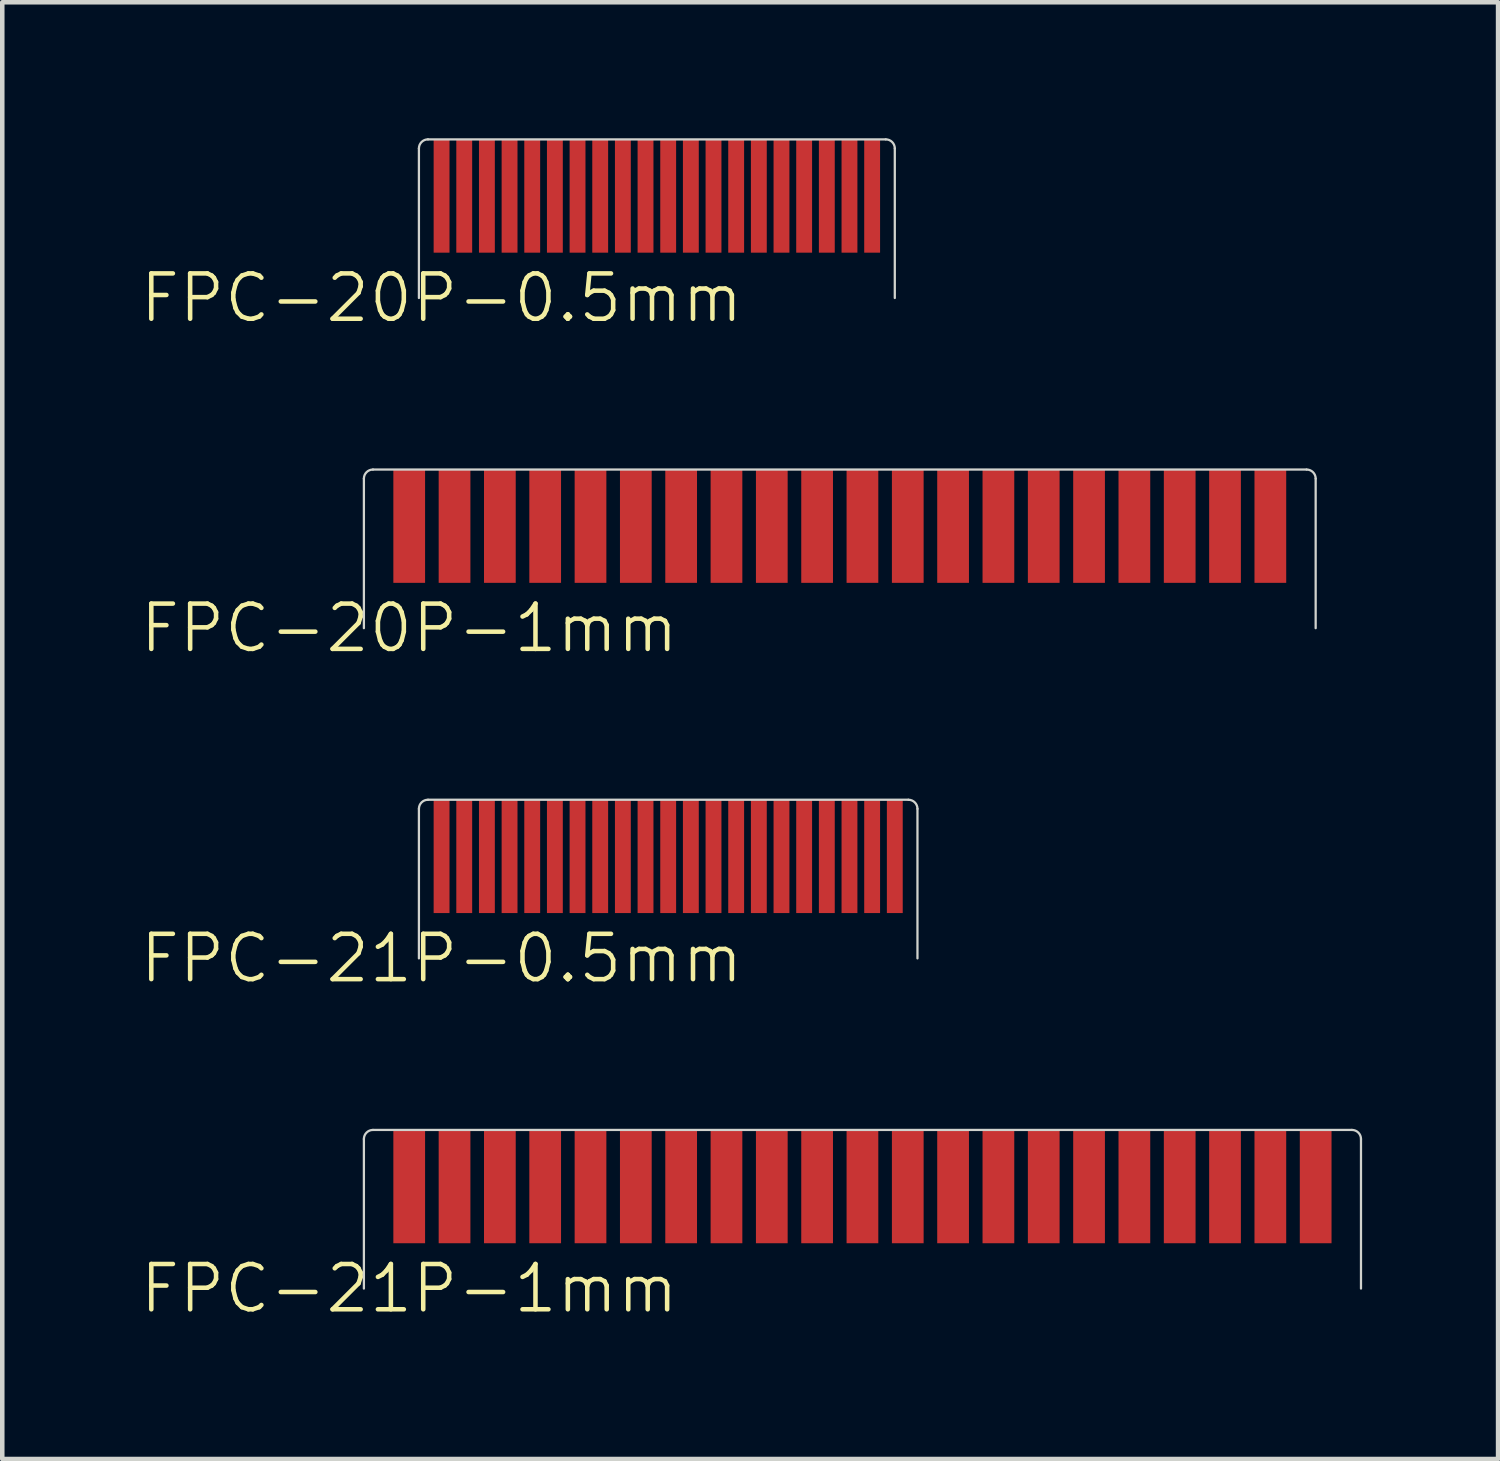
<source format=kicad_pcb>
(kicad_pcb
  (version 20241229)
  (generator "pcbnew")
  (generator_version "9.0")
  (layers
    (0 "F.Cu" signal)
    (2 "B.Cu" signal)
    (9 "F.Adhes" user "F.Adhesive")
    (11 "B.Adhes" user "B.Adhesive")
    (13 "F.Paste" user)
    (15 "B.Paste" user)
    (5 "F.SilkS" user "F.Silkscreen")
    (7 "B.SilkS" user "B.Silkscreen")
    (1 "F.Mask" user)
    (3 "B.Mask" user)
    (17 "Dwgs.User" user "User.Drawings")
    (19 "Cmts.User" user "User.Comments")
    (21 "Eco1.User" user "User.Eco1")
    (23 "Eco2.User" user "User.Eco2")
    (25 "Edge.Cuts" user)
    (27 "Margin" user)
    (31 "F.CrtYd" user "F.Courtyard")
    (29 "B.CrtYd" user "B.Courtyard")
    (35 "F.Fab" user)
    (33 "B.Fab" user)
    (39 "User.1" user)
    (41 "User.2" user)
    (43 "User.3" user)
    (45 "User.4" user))
  (footprint "FPC-20P-0.5mm"
    (layer "F.Cu")
    (at 6.693 1.275)
    (property "Reference" "FPC-20P-0.5mm" (at 0 2.25 0) (unlocked yes) (layer "F.SilkS") (effects (font (size 1 1) (thickness 0.1))))
    (attr smd)
    (fp_line (start -0.5 2.25) (end -0.5 -1.05) (stroke (width 0.05) (type default)) (layer "Edge.Cuts"))
    (fp_line (start -0.3 -1.25) (end 9.8 -1.25) (stroke (width 0.05) (type default)) (layer "Edge.Cuts"))
    (fp_line (start 10 2.25) (end 10 -1.05) (stroke (width 0.05) (type default)) (layer "Edge.Cuts"))
    (fp_arc (start -0.5 -1.05) (mid -0.441421 -1.191421) (end -0.3 -1.25) (stroke (width 0.05) (type default)) (layer "Edge.Cuts"))
    (fp_arc (start 9.8 -1.25) (mid 9.941421 -1.191421) (end 10 -1.05) (stroke (width 0.05) (type default)) (layer "Edge.Cuts"))
    (fp_line (start -0.5 2.25) (end -0.5 -1.05) (stroke (width 0.05) (type default)) (layer "User.1"))
    (fp_line (start -0.5 2.25) (end 10 2.25) (stroke (width 0.05) (type default)) (layer "User.1"))
    (fp_line (start -0.3 -1.25) (end 9.8 -1.25) (stroke (width 0.05) (type default)) (layer "User.1"))
    (fp_line (start 10 2.25) (end 10 -1.05) (stroke (width 0.05) (type default)) (layer "User.1"))
    (fp_arc (start -0.5 -1.05) (mid -0.441421 -1.191421) (end -0.3 -1.25) (stroke (width 0.05) (type default)) (layer "User.1"))
    (fp_arc (start 9.8 -1.25) (mid 9.941421 -1.191421) (end 10 -1.05) (stroke (width 0.05) (type default)) (layer "User.1"))
    (pad "1" smd rect (at 0 0 90) (size 2.5 0.35) (layers "F.Cu" "F.Mask" "F.Paste"))
    (pad "2" smd rect (at 0.5 0 90) (size 2.5 0.35) (layers "F.Cu" "F.Mask" "F.Paste"))
    (pad "3" smd rect (at 1 0 90) (size 2.5 0.35) (layers "F.Cu" "F.Mask" "F.Paste"))
    (pad "4" smd rect (at 1.5 0 90) (size 2.5 0.35) (layers "F.Cu" "F.Mask" "F.Paste"))
    (pad "5" smd rect (at 2 0 90) (size 2.5 0.35) (layers "F.Cu" "F.Mask" "F.Paste"))
    (pad "6" smd rect (at 2.5 0 90) (size 2.5 0.35) (layers "F.Cu" "F.Mask" "F.Paste"))
    (pad "7" smd rect (at 3 0 90) (size 2.5 0.35) (layers "F.Cu" "F.Mask" "F.Paste"))
    (pad "8" smd rect (at 3.5 0 90) (size 2.5 0.35) (layers "F.Cu" "F.Mask" "F.Paste"))
    (pad "9" smd rect (at 4 0 90) (size 2.5 0.35) (layers "F.Cu" "F.Mask" "F.Paste"))
    (pad "10" smd rect (at 4.5 0 90) (size 2.5 0.35) (layers "F.Cu" "F.Mask" "F.Paste"))
    (pad "11" smd rect (at 5 0 90) (size 2.5 0.35) (layers "F.Cu" "F.Mask" "F.Paste"))
    (pad "12" smd rect (at 5.5 0 90) (size 2.5 0.35) (layers "F.Cu" "F.Mask" "F.Paste"))
    (pad "13" smd rect (at 6 0 90) (size 2.5 0.35) (layers "F.Cu" "F.Mask" "F.Paste"))
    (pad "14" smd rect (at 6.5 0 90) (size 2.5 0.35) (layers "F.Cu" "F.Mask" "F.Paste"))
    (pad "15" smd rect (at 7 0 90) (size 2.5 0.35) (layers "F.Cu" "F.Mask" "F.Paste"))
    (pad "16" smd rect (at 7.5 0 90) (size 2.5 0.35) (layers "F.Cu" "F.Mask" "F.Paste"))
    (pad "17" smd rect (at 8 0 90) (size 2.5 0.35) (layers "F.Cu" "F.Mask" "F.Paste"))
    (pad "18" smd rect (at 8.5 0 90) (size 2.5 0.35) (layers "F.Cu" "F.Mask" "F.Paste"))
    (pad "19" smd rect (at 9 0 90) (size 2.5 0.35) (layers "F.Cu" "F.Mask" "F.Paste"))
    (pad "20" smd rect (at 9.5 0 90) (size 2.5 0.35) (layers "F.Cu" "F.Mask" "F.Paste")))
  (footprint "FPC-21P-0.5mm"
    (layer "F.Cu")
    (at 6.693 15.846)
    (property "Reference" "FPC-21P-0.5mm" (at 0 2.25 0) (unlocked yes) (layer "F.SilkS") (effects (font (size 1 1) (thickness 0.1))))
    (attr smd)
    (fp_line (start -0.5 2.25) (end -0.5 -1.05) (stroke (width 0.05) (type default)) (layer "Edge.Cuts"))
    (fp_line (start -0.3 -1.25) (end 10.3 -1.25) (stroke (width 0.05) (type default)) (layer "Edge.Cuts"))
    (fp_line (start 10.5 2.25) (end 10.5 -1.05) (stroke (width 0.05) (type default)) (layer "Edge.Cuts"))
    (fp_arc (start -0.5 -1.05) (mid -0.441421 -1.191421) (end -0.3 -1.25) (stroke (width 0.05) (type default)) (layer "Edge.Cuts"))
    (fp_arc (start 10.3 -1.25) (mid 10.441421 -1.191421) (end 10.5 -1.05) (stroke (width 0.05) (type default)) (layer "Edge.Cuts"))
    (fp_line (start -0.5 2.25) (end -0.5 -1.05) (stroke (width 0.05) (type default)) (layer "User.1"))
    (fp_line (start -0.5 2.25) (end 10.5 2.25) (stroke (width 0.05) (type default)) (layer "User.1"))
    (fp_line (start -0.3 -1.25) (end 10.3 -1.25) (stroke (width 0.05) (type default)) (layer "User.1"))
    (fp_line (start 10.5 2.25) (end 10.5 -1.05) (stroke (width 0.05) (type default)) (layer "User.1"))
    (fp_arc (start -0.5 -1.05) (mid -0.441421 -1.191421) (end -0.3 -1.25) (stroke (width 0.05) (type default)) (layer "User.1"))
    (fp_arc (start 10.3 -1.25) (mid 10.441421 -1.191421) (end 10.5 -1.05) (stroke (width 0.05) (type default)) (layer "User.1"))
    (pad "1" smd rect (at 0 0 90) (size 2.5 0.35) (layers "F.Cu" "F.Mask" "F.Paste"))
    (pad "2" smd rect (at 0.5 0 90) (size 2.5 0.35) (layers "F.Cu" "F.Mask" "F.Paste"))
    (pad "3" smd rect (at 1 0 90) (size 2.5 0.35) (layers "F.Cu" "F.Mask" "F.Paste"))
    (pad "4" smd rect (at 1.5 0 90) (size 2.5 0.35) (layers "F.Cu" "F.Mask" "F.Paste"))
    (pad "5" smd rect (at 2 0 90) (size 2.5 0.35) (layers "F.Cu" "F.Mask" "F.Paste"))
    (pad "6" smd rect (at 2.5 0 90) (size 2.5 0.35) (layers "F.Cu" "F.Mask" "F.Paste"))
    (pad "7" smd rect (at 3 0 90) (size 2.5 0.35) (layers "F.Cu" "F.Mask" "F.Paste"))
    (pad "8" smd rect (at 3.5 0 90) (size 2.5 0.35) (layers "F.Cu" "F.Mask" "F.Paste"))
    (pad "9" smd rect (at 4 0 90) (size 2.5 0.35) (layers "F.Cu" "F.Mask" "F.Paste"))
    (pad "10" smd rect (at 4.5 0 90) (size 2.5 0.35) (layers "F.Cu" "F.Mask" "F.Paste"))
    (pad "11" smd rect (at 5 0 90) (size 2.5 0.35) (layers "F.Cu" "F.Mask" "F.Paste"))
    (pad "12" smd rect (at 5.5 0 90) (size 2.5 0.35) (layers "F.Cu" "F.Mask" "F.Paste"))
    (pad "13" smd rect (at 6 0 90) (size 2.5 0.35) (layers "F.Cu" "F.Mask" "F.Paste"))
    (pad "14" smd rect (at 6.5 0 90) (size 2.5 0.35) (layers "F.Cu" "F.Mask" "F.Paste"))
    (pad "15" smd rect (at 7 0 90) (size 2.5 0.35) (layers "F.Cu" "F.Mask" "F.Paste"))
    (pad "16" smd rect (at 7.5 0 90) (size 2.5 0.35) (layers "F.Cu" "F.Mask" "F.Paste"))
    (pad "17" smd rect (at 8 0 90) (size 2.5 0.35) (layers "F.Cu" "F.Mask" "F.Paste"))
    (pad "18" smd rect (at 8.5 0 90) (size 2.5 0.35) (layers "F.Cu" "F.Mask" "F.Paste"))
    (pad "19" smd rect (at 9 0 90) (size 2.5 0.35) (layers "F.Cu" "F.Mask" "F.Paste"))
    (pad "20" smd rect (at 9.5 0 90) (size 2.5 0.35) (layers "F.Cu" "F.Mask" "F.Paste"))
    (pad "21" smd rect (at 10 0 90) (size 2.5 0.35) (layers "F.Cu" "F.Mask" "F.Paste")))
  (footprint "FPC-20P-1mm"
    (layer "F.Cu")
    (at 5.979 8.56)
    (property "Reference" "FPC-20P-1mm" (at 0 2.25 0) (unlocked yes) (layer "F.SilkS") (effects (font (size 1 1) (thickness 0.1))))
    (attr smd)
    (fp_line (start -1 2.25) (end -1 -1.05) (stroke (width 0.05) (type default)) (layer "Edge.Cuts"))
    (fp_line (start -0.8 -1.25) (end 19.8 -1.25) (stroke (width 0.05) (type default)) (layer "Edge.Cuts"))
    (fp_line (start 20 2.25) (end 20 -1.05) (stroke (width 0.05) (type default)) (layer "Edge.Cuts"))
    (fp_arc (start -1 -1.05) (mid -0.941421 -1.191421) (end -0.8 -1.25) (stroke (width 0.05) (type default)) (layer "Edge.Cuts"))
    (fp_arc (start 19.8 -1.25) (mid 19.941421 -1.191421) (end 20 -1.05) (stroke (width 0.05) (type default)) (layer "Edge.Cuts"))
    (fp_line (start -1 2.25) (end -1 -1.05) (stroke (width 0.05) (type default)) (layer "User.1"))
    (fp_line (start -1 2.25) (end 20 2.25) (stroke (width 0.05) (type default)) (layer "User.1"))
    (fp_line (start -0.8 -1.25) (end 19.8 -1.25) (stroke (width 0.05) (type default)) (layer "User.1"))
    (fp_line (start 20 2.25) (end 20 -1.05) (stroke (width 0.05) (type default)) (layer "User.1"))
    (fp_arc (start -1 -1.05) (mid -0.941421 -1.191421) (end -0.8 -1.25) (stroke (width 0.05) (type default)) (layer "User.1"))
    (fp_arc (start 19.8 -1.25) (mid 19.941421 -1.191421) (end 20 -1.05) (stroke (width 0.05) (type default)) (layer "User.1"))
    (pad "1" smd rect (at 0 0 90) (size 2.5 0.7) (layers "F.Cu" "F.Mask" "F.Paste"))
    (pad "2" smd rect (at 1 0 90) (size 2.5 0.7) (layers "F.Cu" "F.Mask" "F.Paste"))
    (pad "3" smd rect (at 2 0 90) (size 2.5 0.7) (layers "F.Cu" "F.Mask" "F.Paste"))
    (pad "4" smd rect (at 3 0 90) (size 2.5 0.7) (layers "F.Cu" "F.Mask" "F.Paste"))
    (pad "5" smd rect (at 4 0 90) (size 2.5 0.7) (layers "F.Cu" "F.Mask" "F.Paste"))
    (pad "6" smd rect (at 5 0 90) (size 2.5 0.7) (layers "F.Cu" "F.Mask" "F.Paste"))
    (pad "7" smd rect (at 6 0 90) (size 2.5 0.7) (layers "F.Cu" "F.Mask" "F.Paste"))
    (pad "8" smd rect (at 7 0 90) (size 2.5 0.7) (layers "F.Cu" "F.Mask" "F.Paste"))
    (pad "9" smd rect (at 8 0 90) (size 2.5 0.7) (layers "F.Cu" "F.Mask" "F.Paste"))
    (pad "10" smd rect (at 9 0 90) (size 2.5 0.7) (layers "F.Cu" "F.Mask" "F.Paste"))
    (pad "11" smd rect (at 10 0 90) (size 2.5 0.7) (layers "F.Cu" "F.Mask" "F.Paste"))
    (pad "12" smd rect (at 11 0 90) (size 2.5 0.7) (layers "F.Cu" "F.Mask" "F.Paste"))
    (pad "13" smd rect (at 12 0 90) (size 2.5 0.7) (layers "F.Cu" "F.Mask" "F.Paste"))
    (pad "14" smd rect (at 13 0 90) (size 2.5 0.7) (layers "F.Cu" "F.Mask" "F.Paste"))
    (pad "15" smd rect (at 14 0 90) (size 2.5 0.7) (layers "F.Cu" "F.Mask" "F.Paste"))
    (pad "16" smd rect (at 15 0 90) (size 2.5 0.7) (layers "F.Cu" "F.Mask" "F.Paste"))
    (pad "17" smd rect (at 16 0 90) (size 2.5 0.7) (layers "F.Cu" "F.Mask" "F.Paste"))
    (pad "18" smd rect (at 17 0 90) (size 2.5 0.7) (layers "F.Cu" "F.Mask" "F.Paste"))
    (pad "19" smd rect (at 18 0 90) (size 2.5 0.7) (layers "F.Cu" "F.Mask" "F.Paste"))
    (pad "20" smd rect (at 19 0 90) (size 2.5 0.7) (layers "F.Cu" "F.Mask" "F.Paste")))
  (footprint "FPC-21P-1mm"
    (layer "F.Cu")
    (at 5.979 23.131)
    (property "Reference" "FPC-21P-1mm" (at 0 2.25 0) (unlocked yes) (layer "F.SilkS") (effects (font (size 1 1) (thickness 0.1))))
    (attr smd)
    (fp_line (start -1 2.25) (end -1 -1.05) (stroke (width 0.05) (type default)) (layer "Edge.Cuts"))
    (fp_line (start -0.8 -1.25) (end 20.8 -1.25) (stroke (width 0.05) (type default)) (layer "Edge.Cuts"))
    (fp_line (start 21 2.25) (end 21 -1.05) (stroke (width 0.05) (type default)) (layer "Edge.Cuts"))
    (fp_arc (start -1 -1.05) (mid -0.941421 -1.191421) (end -0.8 -1.25) (stroke (width 0.05) (type default)) (layer "Edge.Cuts"))
    (fp_arc (start 20.8 -1.25) (mid 20.941421 -1.191421) (end 21 -1.05) (stroke (width 0.05) (type default)) (layer "Edge.Cuts"))
    (fp_line (start -1 2.25) (end -1 -1.05) (stroke (width 0.05) (type default)) (layer "User.1"))
    (fp_line (start -1 2.25) (end 21 2.25) (stroke (width 0.05) (type default)) (layer "User.1"))
    (fp_line (start -0.8 -1.25) (end 20.8 -1.25) (stroke (width 0.05) (type default)) (layer "User.1"))
    (fp_line (start 21 2.25) (end 21 -1.05) (stroke (width 0.05) (type default)) (layer "User.1"))
    (fp_arc (start -1 -1.05) (mid -0.941421 -1.191421) (end -0.8 -1.25) (stroke (width 0.05) (type default)) (layer "User.1"))
    (fp_arc (start 20.8 -1.25) (mid 20.941421 -1.191421) (end 21 -1.05) (stroke (width 0.05) (type default)) (layer "User.1"))
    (pad "1" smd rect (at 0 0 90) (size 2.5 0.7) (layers "F.Cu" "F.Mask" "F.Paste"))
    (pad "2" smd rect (at 1 0 90) (size 2.5 0.7) (layers "F.Cu" "F.Mask" "F.Paste"))
    (pad "3" smd rect (at 2 0 90) (size 2.5 0.7) (layers "F.Cu" "F.Mask" "F.Paste"))
    (pad "4" smd rect (at 3 0 90) (size 2.5 0.7) (layers "F.Cu" "F.Mask" "F.Paste"))
    (pad "5" smd rect (at 4 0 90) (size 2.5 0.7) (layers "F.Cu" "F.Mask" "F.Paste"))
    (pad "6" smd rect (at 5 0 90) (size 2.5 0.7) (layers "F.Cu" "F.Mask" "F.Paste"))
    (pad "7" smd rect (at 6 0 90) (size 2.5 0.7) (layers "F.Cu" "F.Mask" "F.Paste"))
    (pad "8" smd rect (at 7 0 90) (size 2.5 0.7) (layers "F.Cu" "F.Mask" "F.Paste"))
    (pad "9" smd rect (at 8 0 90) (size 2.5 0.7) (layers "F.Cu" "F.Mask" "F.Paste"))
    (pad "10" smd rect (at 9 0 90) (size 2.5 0.7) (layers "F.Cu" "F.Mask" "F.Paste"))
    (pad "11" smd rect (at 10 0 90) (size 2.5 0.7) (layers "F.Cu" "F.Mask" "F.Paste"))
    (pad "12" smd rect (at 11 0 90) (size 2.5 0.7) (layers "F.Cu" "F.Mask" "F.Paste"))
    (pad "13" smd rect (at 12 0 90) (size 2.5 0.7) (layers "F.Cu" "F.Mask" "F.Paste"))
    (pad "14" smd rect (at 13 0 90) (size 2.5 0.7) (layers "F.Cu" "F.Mask" "F.Paste"))
    (pad "15" smd rect (at 14 0 90) (size 2.5 0.7) (layers "F.Cu" "F.Mask" "F.Paste"))
    (pad "16" smd rect (at 15 0 90) (size 2.5 0.7) (layers "F.Cu" "F.Mask" "F.Paste"))
    (pad "17" smd rect (at 16 0 90) (size 2.5 0.7) (layers "F.Cu" "F.Mask" "F.Paste"))
    (pad "18" smd rect (at 17 0 90) (size 2.5 0.7) (layers "F.Cu" "F.Mask" "F.Paste"))
    (pad "19" smd rect (at 18 0 90) (size 2.5 0.7) (layers "F.Cu" "F.Mask" "F.Paste"))
    (pad "20" smd rect (at 19 0 90) (size 2.5 0.7) (layers "F.Cu" "F.Mask" "F.Paste"))
    (pad "21" smd rect (at 20 0 90) (size 2.5 0.7) (layers "F.Cu" "F.Mask" "F.Paste")))
  (gr_rect
    (start -3 -3)
    (end 30.004 29.142)
    (stroke (width 0.1) (type default))
    (fill no)
    (layer "Edge.Cuts")))
</source>
